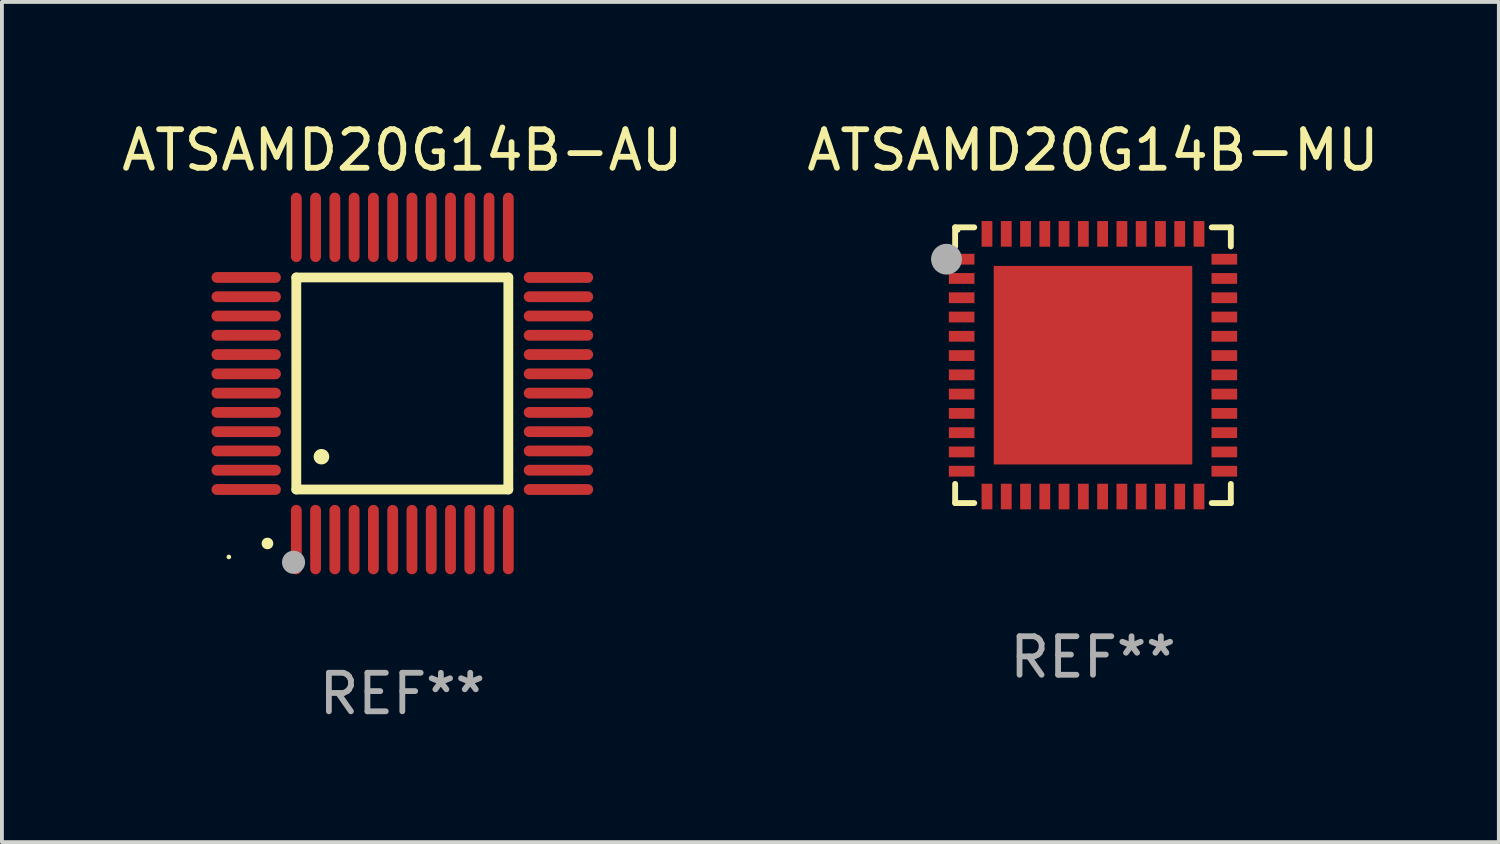
<source format=kicad_pcb>
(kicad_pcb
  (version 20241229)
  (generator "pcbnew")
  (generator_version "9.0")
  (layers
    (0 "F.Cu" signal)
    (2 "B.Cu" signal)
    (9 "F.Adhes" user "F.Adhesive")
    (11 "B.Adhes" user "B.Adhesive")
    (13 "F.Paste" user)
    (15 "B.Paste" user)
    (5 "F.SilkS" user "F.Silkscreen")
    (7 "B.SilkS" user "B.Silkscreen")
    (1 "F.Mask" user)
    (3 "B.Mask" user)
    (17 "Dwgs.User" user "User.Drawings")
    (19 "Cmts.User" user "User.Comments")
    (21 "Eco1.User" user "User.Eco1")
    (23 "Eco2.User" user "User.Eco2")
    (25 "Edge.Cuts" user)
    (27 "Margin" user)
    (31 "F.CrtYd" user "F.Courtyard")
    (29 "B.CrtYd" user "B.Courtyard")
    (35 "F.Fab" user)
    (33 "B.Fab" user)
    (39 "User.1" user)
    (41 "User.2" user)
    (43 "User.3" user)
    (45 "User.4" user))
  (footprint "ATSAMD20G14B-MU"
    (layer "F.Cu")
    (at 25.304 6.424)
    (property "Reference" "ATSAMD20G14B-MU" (at 0 -5.576 0) (layer "F.SilkS") (effects (font (size 1 1) (thickness 0.15))))
    (attr through_hole)
    (fp_line (start -3.576 -3.576) (end -3.576 -3.08) (stroke (width 0.152) (type solid)) (layer "F.SilkS"))
    (fp_line (start -3.576 3.576) (end -3.576 3.08) (stroke (width 0.152) (type solid)) (layer "F.SilkS"))
    (fp_line (start -3.08 -3.576) (end -3.576 -3.576) (stroke (width 0.152) (type solid)) (layer "F.SilkS"))
    (fp_line (start -3.08 3.576) (end -3.576 3.576) (stroke (width 0.152) (type solid)) (layer "F.SilkS"))
    (fp_line (start 3.08 -3.576) (end 3.576 -3.576) (stroke (width 0.152) (type solid)) (layer "F.SilkS"))
    (fp_line (start 3.08 3.576) (end 3.576 3.576) (stroke (width 0.152) (type solid)) (layer "F.SilkS"))
    (fp_line (start 3.576 -3.576) (end 3.576 -3.08) (stroke (width 0.152) (type solid)) (layer "F.SilkS"))
    (fp_line (start 3.576 3.576) (end 3.576 3.08) (stroke (width 0.152) (type solid)) (layer "F.SilkS"))
    (fp_circle (center -4.04 -2.75) (end -3.965 -2.75) (stroke (width 0.15) (type solid)) (fill no) (layer "F.SilkS"))
    (fp_circle (center -3.5 -3.5) (end -3.47 -3.5) (stroke (width 0.06) (type solid)) (fill no) (layer "F.SilkS"))
    (fp_circle (center -3.8 -2.75) (end -3.6 -2.75) (stroke (width 0.4) (type solid)) (fill no) (layer "F.Fab"))
    (fp_text user "REF**" (at 0 7.576 0) (layer "F.Fab") (effects (font (size 1 1) (thickness 0.15))))
    (pad "1" smd rect (at -3.407 -2.75) (size 0.665 0.28) (layers "F.Cu" "F.Mask" "F.Paste"))
    (pad "2" smd rect (at -3.407 -2.25) (size 0.665 0.28) (layers "F.Cu" "F.Mask" "F.Paste"))
    (pad "3" smd rect (at -3.407 -1.75) (size 0.665 0.28) (layers "F.Cu" "F.Mask" "F.Paste"))
    (pad "4" smd rect (at -3.407 -1.25) (size 0.665 0.28) (layers "F.Cu" "F.Mask" "F.Paste"))
    (pad "5" smd rect (at -3.407 -0.75) (size 0.665 0.28) (layers "F.Cu" "F.Mask" "F.Paste"))
    (pad "6" smd rect (at -3.407 -0.25) (size 0.665 0.28) (layers "F.Cu" "F.Mask" "F.Paste"))
    (pad "7" smd rect (at -3.407 0.25) (size 0.665 0.28) (layers "F.Cu" "F.Mask" "F.Paste"))
    (pad "8" smd rect (at -3.407 0.75) (size 0.665 0.28) (layers "F.Cu" "F.Mask" "F.Paste"))
    (pad "9" smd rect (at -3.407 1.25) (size 0.665 0.28) (layers "F.Cu" "F.Mask" "F.Paste"))
    (pad "10" smd rect (at -3.407 1.75) (size 0.665 0.28) (layers "F.Cu" "F.Mask" "F.Paste"))
    (pad "11" smd rect (at -3.407 2.25) (size 0.665 0.28) (layers "F.Cu" "F.Mask" "F.Paste"))
    (pad "12" smd rect (at -3.407 2.75) (size 0.665 0.28) (layers "F.Cu" "F.Mask" "F.Paste"))
    (pad "13" smd rect (at -2.75 3.407) (size 0.28 0.665) (layers "F.Cu" "F.Mask" "F.Paste"))
    (pad "14" smd rect (at -2.25 3.407) (size 0.28 0.665) (layers "F.Cu" "F.Mask" "F.Paste"))
    (pad "15" smd rect (at -1.75 3.407) (size 0.28 0.665) (layers "F.Cu" "F.Mask" "F.Paste"))
    (pad "16" smd rect (at -1.25 3.407) (size 0.28 0.665) (layers "F.Cu" "F.Mask" "F.Paste"))
    (pad "17" smd rect (at -0.75 3.407) (size 0.28 0.665) (layers "F.Cu" "F.Mask" "F.Paste"))
    (pad "18" smd rect (at -0.25 3.407) (size 0.28 0.665) (layers "F.Cu" "F.Mask" "F.Paste"))
    (pad "19" smd rect (at 0.25 3.407) (size 0.28 0.665) (layers "F.Cu" "F.Mask" "F.Paste"))
    (pad "20" smd rect (at 0.75 3.407) (size 0.28 0.665) (layers "F.Cu" "F.Mask" "F.Paste"))
    (pad "21" smd rect (at 1.25 3.407) (size 0.28 0.665) (layers "F.Cu" "F.Mask" "F.Paste"))
    (pad "22" smd rect (at 1.75 3.407) (size 0.28 0.665) (layers "F.Cu" "F.Mask" "F.Paste"))
    (pad "23" smd rect (at 2.25 3.407) (size 0.28 0.665) (layers "F.Cu" "F.Mask" "F.Paste"))
    (pad "24" smd rect (at 2.75 3.407) (size 0.28 0.665) (layers "F.Cu" "F.Mask" "F.Paste"))
    (pad "25" smd rect (at 3.407 2.75) (size 0.665 0.28) (layers "F.Cu" "F.Mask" "F.Paste"))
    (pad "26" smd rect (at 3.407 2.25) (size 0.665 0.28) (layers "F.Cu" "F.Mask" "F.Paste"))
    (pad "27" smd rect (at 3.407 1.75) (size 0.665 0.28) (layers "F.Cu" "F.Mask" "F.Paste"))
    (pad "28" smd rect (at 3.407 1.25) (size 0.665 0.28) (layers "F.Cu" "F.Mask" "F.Paste"))
    (pad "29" smd rect (at 3.407 0.75) (size 0.665 0.28) (layers "F.Cu" "F.Mask" "F.Paste"))
    (pad "30" smd rect (at 3.407 0.25) (size 0.665 0.28) (layers "F.Cu" "F.Mask" "F.Paste"))
    (pad "31" smd rect (at 3.407 -0.25) (size 0.665 0.28) (layers "F.Cu" "F.Mask" "F.Paste"))
    (pad "32" smd rect (at 3.407 -0.75) (size 0.665 0.28) (layers "F.Cu" "F.Mask" "F.Paste"))
    (pad "33" smd rect (at 3.407 -1.25) (size 0.665 0.28) (layers "F.Cu" "F.Mask" "F.Paste"))
    (pad "34" smd rect (at 3.407 -1.75) (size 0.665 0.28) (layers "F.Cu" "F.Mask" "F.Paste"))
    (pad "35" smd rect (at 3.407 -2.25) (size 0.665 0.28) (layers "F.Cu" "F.Mask" "F.Paste"))
    (pad "36" smd rect (at 3.407 -2.75) (size 0.665 0.28) (layers "F.Cu" "F.Mask" "F.Paste"))
    (pad "37" smd rect (at 2.75 -3.407) (size 0.28 0.665) (layers "F.Cu" "F.Mask" "F.Paste"))
    (pad "38" smd rect (at 2.25 -3.407) (size 0.28 0.665) (layers "F.Cu" "F.Mask" "F.Paste"))
    (pad "39" smd rect (at 1.75 -3.407) (size 0.28 0.665) (layers "F.Cu" "F.Mask" "F.Paste"))
    (pad "40" smd rect (at 1.25 -3.407) (size 0.28 0.665) (layers "F.Cu" "F.Mask" "F.Paste"))
    (pad "41" smd rect (at 0.75 -3.407) (size 0.28 0.665) (layers "F.Cu" "F.Mask" "F.Paste"))
    (pad "42" smd rect (at 0.25 -3.407) (size 0.28 0.665) (layers "F.Cu" "F.Mask" "F.Paste"))
    (pad "43" smd rect (at -0.25 -3.407) (size 0.28 0.665) (layers "F.Cu" "F.Mask" "F.Paste"))
    (pad "44" smd rect (at -0.75 -3.407) (size 0.28 0.665) (layers "F.Cu" "F.Mask" "F.Paste"))
    (pad "45" smd rect (at -1.25 -3.407) (size 0.28 0.665) (layers "F.Cu" "F.Mask" "F.Paste"))
    (pad "46" smd rect (at -1.75 -3.407) (size 0.28 0.665) (layers "F.Cu" "F.Mask" "F.Paste"))
    (pad "47" smd rect (at -2.25 -3.407) (size 0.28 0.665) (layers "F.Cu" "F.Mask" "F.Paste"))
    (pad "48" smd rect (at -2.75 -3.407) (size 0.28 0.665) (layers "F.Cu" "F.Mask" "F.Paste"))
    (pad "49" smd rect (at 0 0) (size 5.15 5.15) (layers "F.Cu" "F.Mask" "F.Paste")))
  (footprint "ATSAMD20G14B-AU"
    (layer "F.Cu")
    (at 7.387 6.898)
    (property "Reference" "ATSAMD20G14B-AU" (at 0 -6.05 0) (layer "F.SilkS") (effects (font (size 1 1) (thickness 0.15))))
    (attr through_hole)
    (fp_line (start -2.75 -2.75) (end 2.75 -2.75) (stroke (width 0.254) (type solid)) (layer "F.SilkS"))
    (fp_line (start -2.75 2.75) (end -2.75 -2.75) (stroke (width 0.254) (type solid)) (layer "F.SilkS"))
    (fp_line (start 2.75 -2.75) (end 2.75 2.75) (stroke (width 0.254) (type solid)) (layer "F.SilkS"))
    (fp_line (start 2.75 2.75) (end -2.75 2.75) (stroke (width 0.254) (type solid)) (layer "F.SilkS"))
    (fp_arc (start -3.500127 4.150368) (mid -3.498857 4.150363) (end -3.497587 4.150368) (stroke (width 0.3) (type solid)) (layer "F.SilkS"))
    (fp_arc (start -2.100584 1.899924) (mid -2.098044 1.899908) (end -2.095504 1.899924) (stroke (width 0.4) (type solid)) (layer "F.SilkS"))
    (fp_circle (center -4.5 4.5) (end -4.47 4.5) (stroke (width 0.06) (type solid)) (fill no) (layer "F.SilkS"))
    (fp_circle (center -2.822 4.638) (end -2.672 4.638) (stroke (width 0.3) (type solid)) (fill no) (layer "F.Fab"))
    (fp_text user "REF**" (at 0 8.05 0) (layer "F.Fab") (effects (font (size 1 1) (thickness 0.15))))
    (pad "1" smd oval (at -2.75 4.05) (size 0.28 1.8) (layers "F.Cu" "F.Mask" "F.Paste"))
    (pad "2" smd oval (at -2.25 4.05) (size 0.28 1.8) (layers "F.Cu" "F.Mask" "F.Paste"))
    (pad "3" smd oval (at -1.75 4.05) (size 0.28 1.8) (layers "F.Cu" "F.Mask" "F.Paste"))
    (pad "4" smd oval (at -1.25 4.05) (size 0.28 1.8) (layers "F.Cu" "F.Mask" "F.Paste"))
    (pad "5" smd oval (at -0.75 4.05) (size 0.28 1.8) (layers "F.Cu" "F.Mask" "F.Paste"))
    (pad "6" smd oval (at -0.25 4.05) (size 0.28 1.8) (layers "F.Cu" "F.Mask" "F.Paste"))
    (pad "7" smd oval (at 0.25 4.05) (size 0.28 1.8) (layers "F.Cu" "F.Mask" "F.Paste"))
    (pad "8" smd oval (at 0.75 4.05) (size 0.28 1.8) (layers "F.Cu" "F.Mask" "F.Paste"))
    (pad "9" smd oval (at 1.25 4.05) (size 0.28 1.8) (layers "F.Cu" "F.Mask" "F.Paste"))
    (pad "10" smd oval (at 1.75 4.05) (size 0.28 1.8) (layers "F.Cu" "F.Mask" "F.Paste"))
    (pad "11" smd oval (at 2.25 4.05) (size 0.28 1.8) (layers "F.Cu" "F.Mask" "F.Paste"))
    (pad "12" smd oval (at 2.75 4.05) (size 0.28 1.8) (layers "F.Cu" "F.Mask" "F.Paste"))
    (pad "13" smd oval (at 4.05 2.75) (size 1.8 0.28) (layers "F.Cu" "F.Mask" "F.Paste"))
    (pad "14" smd oval (at 4.05 2.25) (size 1.8 0.28) (layers "F.Cu" "F.Mask" "F.Paste"))
    (pad "15" smd oval (at 4.05 1.75) (size 1.8 0.28) (layers "F.Cu" "F.Mask" "F.Paste"))
    (pad "16" smd oval (at 4.05 1.25) (size 1.8 0.28) (layers "F.Cu" "F.Mask" "F.Paste"))
    (pad "17" smd oval (at 4.05 0.75) (size 1.8 0.28) (layers "F.Cu" "F.Mask" "F.Paste"))
    (pad "18" smd oval (at 4.05 0.25) (size 1.8 0.28) (layers "F.Cu" "F.Mask" "F.Paste"))
    (pad "19" smd oval (at 4.05 -0.25) (size 1.8 0.28) (layers "F.Cu" "F.Mask" "F.Paste"))
    (pad "20" smd oval (at 4.05 -0.75) (size 1.8 0.28) (layers "F.Cu" "F.Mask" "F.Paste"))
    (pad "21" smd oval (at 4.05 -1.25) (size 1.8 0.28) (layers "F.Cu" "F.Mask" "F.Paste"))
    (pad "22" smd oval (at 4.05 -1.75) (size 1.8 0.28) (layers "F.Cu" "F.Mask" "F.Paste"))
    (pad "23" smd oval (at 4.05 -2.25) (size 1.8 0.28) (layers "F.Cu" "F.Mask" "F.Paste"))
    (pad "24" smd oval (at 4.05 -2.75) (size 1.8 0.28) (layers "F.Cu" "F.Mask" "F.Paste"))
    (pad "25" smd oval (at 2.75 -4.05) (size 0.28 1.8) (layers "F.Cu" "F.Mask" "F.Paste"))
    (pad "26" smd oval (at 2.25 -4.05) (size 0.28 1.8) (layers "F.Cu" "F.Mask" "F.Paste"))
    (pad "27" smd oval (at 1.75 -4.05) (size 0.28 1.8) (layers "F.Cu" "F.Mask" "F.Paste"))
    (pad "28" smd oval (at 1.25 -4.05) (size 0.28 1.8) (layers "F.Cu" "F.Mask" "F.Paste"))
    (pad "29" smd oval (at 0.75 -4.05) (size 0.28 1.8) (layers "F.Cu" "F.Mask" "F.Paste"))
    (pad "30" smd oval (at 0.25 -4.05) (size 0.28 1.8) (layers "F.Cu" "F.Mask" "F.Paste"))
    (pad "31" smd oval (at -0.25 -4.05) (size 0.28 1.8) (layers "F.Cu" "F.Mask" "F.Paste"))
    (pad "32" smd oval (at -0.75 -4.05) (size 0.28 1.8) (layers "F.Cu" "F.Mask" "F.Paste"))
    (pad "33" smd oval (at -1.25 -4.05) (size 0.28 1.8) (layers "F.Cu" "F.Mask" "F.Paste"))
    (pad "34" smd oval (at -1.75 -4.05) (size 0.28 1.8) (layers "F.Cu" "F.Mask" "F.Paste"))
    (pad "35" smd oval (at -2.25 -4.05) (size 0.28 1.8) (layers "F.Cu" "F.Mask" "F.Paste"))
    (pad "36" smd oval (at -2.75 -4.05) (size 0.28 1.8) (layers "F.Cu" "F.Mask" "F.Paste"))
    (pad "37" smd oval (at -4.05 -2.75) (size 1.8 0.28) (layers "F.Cu" "F.Mask" "F.Paste"))
    (pad "38" smd oval (at -4.05 -2.25) (size 1.8 0.28) (layers "F.Cu" "F.Mask" "F.Paste"))
    (pad "39" smd oval (at -4.05 -1.75) (size 1.8 0.28) (layers "F.Cu" "F.Mask" "F.Paste"))
    (pad "40" smd oval (at -4.05 -1.25) (size 1.8 0.28) (layers "F.Cu" "F.Mask" "F.Paste"))
    (pad "41" smd oval (at -4.05 -0.75) (size 1.8 0.28) (layers "F.Cu" "F.Mask" "F.Paste"))
    (pad "42" smd oval (at -4.05 -0.25) (size 1.8 0.28) (layers "F.Cu" "F.Mask" "F.Paste"))
    (pad "43" smd oval (at -4.05 0.25) (size 1.8 0.28) (layers "F.Cu" "F.Mask" "F.Paste"))
    (pad "44" smd oval (at -4.05 0.75) (size 1.8 0.28) (layers "F.Cu" "F.Mask" "F.Paste"))
    (pad "45" smd oval (at -4.05 1.25) (size 1.8 0.28) (layers "F.Cu" "F.Mask" "F.Paste"))
    (pad "46" smd oval (at -4.05 1.75) (size 1.8 0.28) (layers "F.Cu" "F.Mask" "F.Paste"))
    (pad "47" smd oval (at -4.05 2.25) (size 1.8 0.28) (layers "F.Cu" "F.Mask" "F.Paste"))
    (pad "48" smd oval (at -4.05 2.75) (size 1.8 0.28) (layers "F.Cu" "F.Mask" "F.Paste")))
  (gr_rect
    (start -3 -3)
    (end 35.833 18.797)
    (stroke (width 0.1) (type default))
    (fill no)
    (layer "Edge.Cuts")))
</source>
